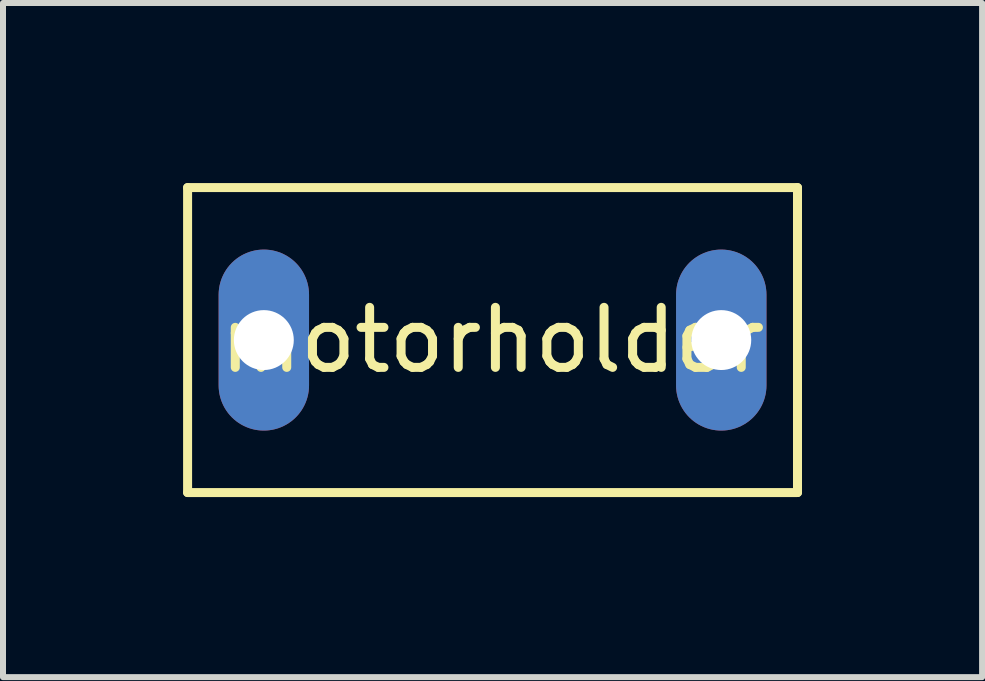
<source format=kicad_pcb>
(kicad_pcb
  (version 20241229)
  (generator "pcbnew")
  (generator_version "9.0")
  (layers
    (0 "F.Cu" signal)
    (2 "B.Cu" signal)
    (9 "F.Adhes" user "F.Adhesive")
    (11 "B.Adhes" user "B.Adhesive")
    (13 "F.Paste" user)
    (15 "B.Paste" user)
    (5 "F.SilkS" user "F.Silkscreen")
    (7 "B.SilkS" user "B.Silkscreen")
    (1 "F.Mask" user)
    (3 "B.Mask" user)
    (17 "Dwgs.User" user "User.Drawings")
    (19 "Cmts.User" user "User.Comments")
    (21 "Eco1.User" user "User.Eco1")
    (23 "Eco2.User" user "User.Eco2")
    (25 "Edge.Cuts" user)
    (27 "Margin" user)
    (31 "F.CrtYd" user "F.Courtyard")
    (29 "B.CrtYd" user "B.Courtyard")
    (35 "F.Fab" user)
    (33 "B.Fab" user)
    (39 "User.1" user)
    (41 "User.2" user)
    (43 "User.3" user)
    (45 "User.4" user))
  (footprint "motorholder"
    (layer "F.Cu")
    (at 5.155 2.615)
    (property "Reference" "motorholder" (at 0 0 0) (layer "F.SilkS") (effects (font (size 1 1) (thickness 0.15))))
    (attr exclude_from_pos_files exclude_from_bom)
    (fp_line (start -5.08 -2.54) (end 5.08 -2.54) (stroke (width 0.15) (type solid)) (layer "F.SilkS"))
    (fp_line (start -5.08 2.54) (end -5.08 -2.54) (stroke (width 0.15) (type solid)) (layer "F.SilkS"))
    (fp_line (start 5.08 -2.54) (end 5.08 2.54) (stroke (width 0.15) (type solid)) (layer "F.SilkS"))
    (fp_line (start 5.08 2.54) (end -5.08 2.54) (stroke (width 0.15) (type solid)) (layer "F.SilkS"))
    (pad "1" thru_hole oval (at -3.81 0) (size 1.506 3.015) (drill 0.998) (layers "*.Cu" "*.Mask"))
    (pad "2" thru_hole oval (at 3.81 0) (size 1.506 3.015) (drill 0.998) (layers "*.Cu" "*.Mask")))
  (gr_rect
    (start -3 -3)
    (end 13.31 8.23)
    (stroke (width 0.1) (type default))
    (fill no)
    (layer "Edge.Cuts")))
</source>
